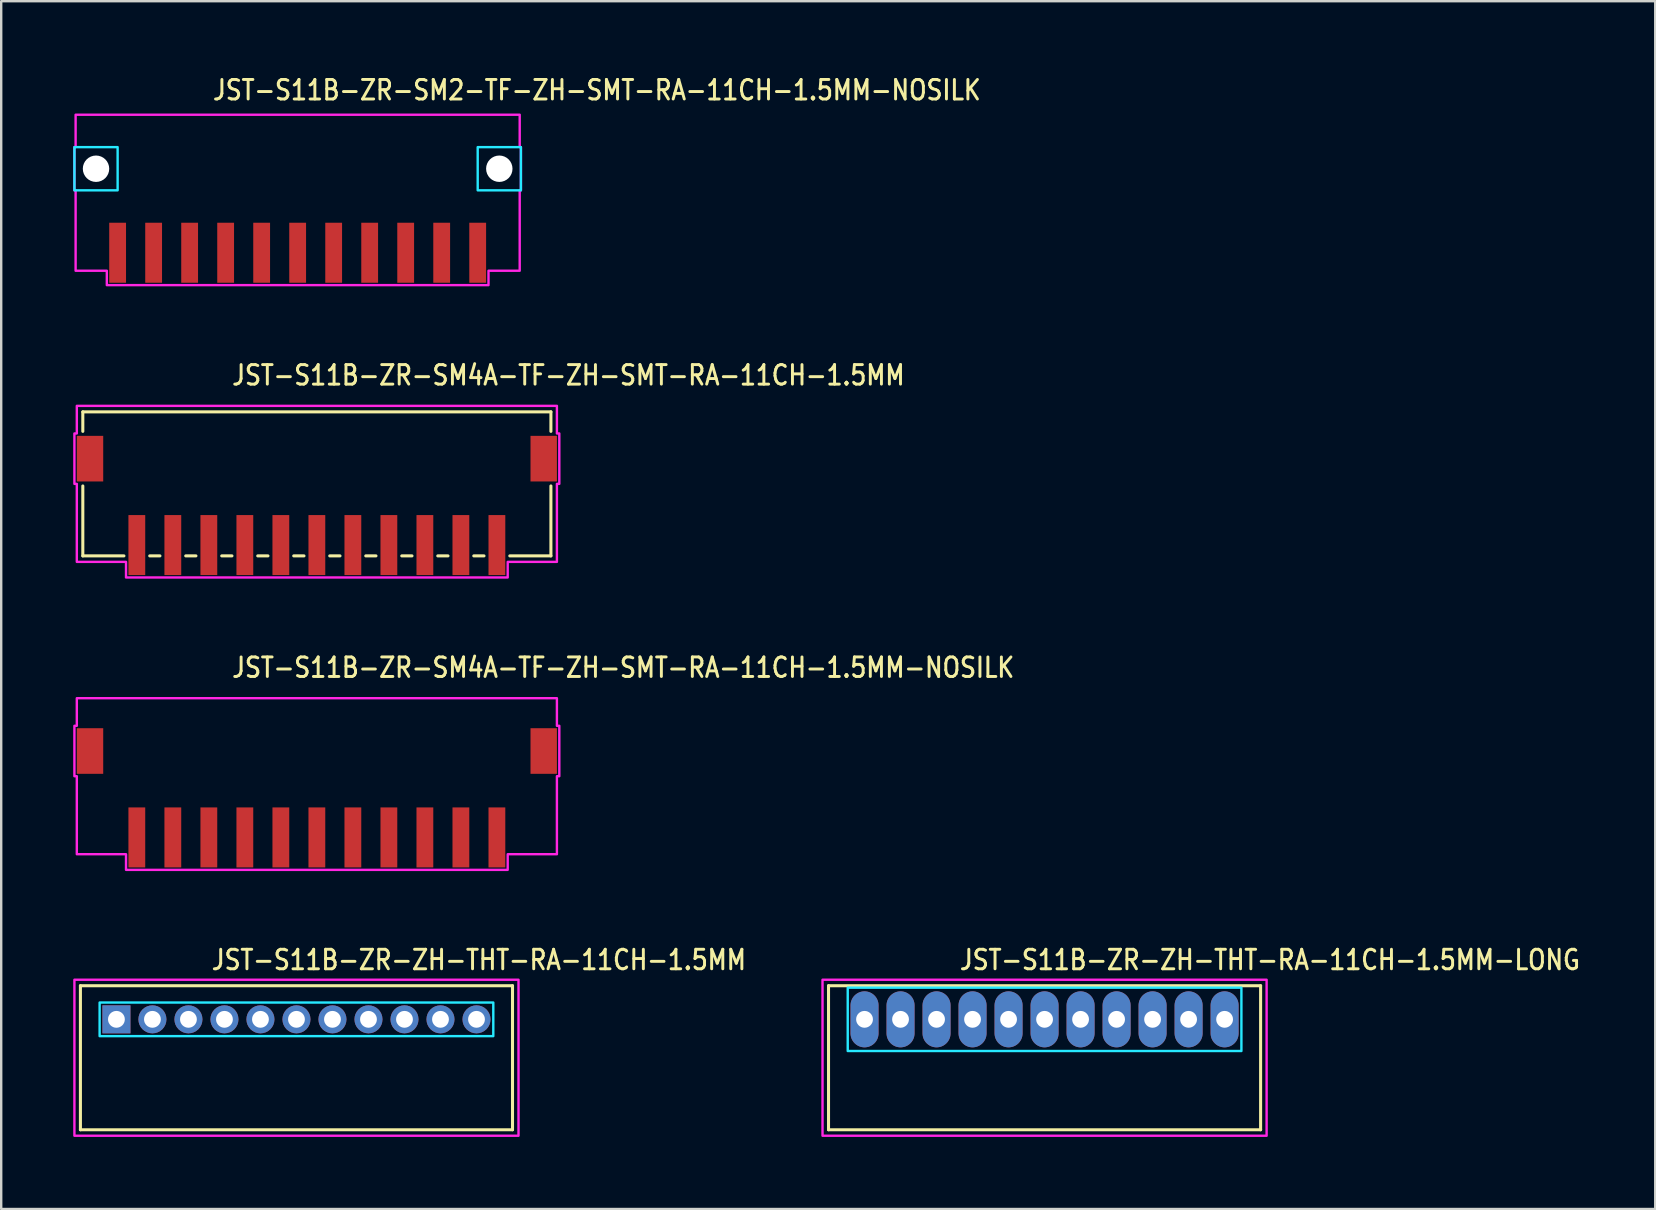
<source format=kicad_pcb>
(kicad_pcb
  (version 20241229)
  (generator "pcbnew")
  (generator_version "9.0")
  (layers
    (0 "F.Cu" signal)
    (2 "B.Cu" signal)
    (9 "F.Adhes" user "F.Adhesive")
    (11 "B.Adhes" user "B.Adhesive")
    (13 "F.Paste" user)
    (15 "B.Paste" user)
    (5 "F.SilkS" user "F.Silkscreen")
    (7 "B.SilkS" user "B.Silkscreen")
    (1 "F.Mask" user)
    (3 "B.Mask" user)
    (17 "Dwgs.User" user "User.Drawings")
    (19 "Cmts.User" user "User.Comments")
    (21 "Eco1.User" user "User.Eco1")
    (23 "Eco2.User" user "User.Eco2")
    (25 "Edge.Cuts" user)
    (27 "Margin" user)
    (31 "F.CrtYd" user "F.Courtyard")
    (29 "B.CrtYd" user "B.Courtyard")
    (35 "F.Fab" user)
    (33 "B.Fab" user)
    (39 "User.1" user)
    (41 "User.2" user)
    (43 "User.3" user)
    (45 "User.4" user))
  (footprint "JST-S11B-ZR-ZH-THT-RA-11CH-1.5MM"
    (layer "F.Cu")
    (at 9.3 39.414)
    (property "Reference" "JST-S11B-ZR-ZH-THT-RA-11CH-1.5MM" (at -3.6 -2 0) (unlocked yes) (layer "F.SilkS") (effects (font (size 0.813 0.695) (thickness 0.122)) (justify left bottom)))
    (fp_line (start -9 -1.4) (end 9 -1.4) (stroke (width 0.127) (type solid)) (layer "F.SilkS"))
    (fp_line (start -9 4.6) (end -9 -1.4) (stroke (width 0.127) (type solid)) (layer "F.SilkS"))
    (fp_line (start -9 4.6) (end 9 4.6) (stroke (width 0.127) (type solid)) (layer "F.SilkS"))
    (fp_line (start 9 -1.4) (end 9 4.6) (stroke (width 0.127) (type solid)) (layer "F.SilkS"))
    (fp_poly (pts (xy -8.2 -0.7) (xy -8.2 0.7) (xy 8.2 0.7) (xy 8.2 -0.7)) (stroke (width 0.1) (type solid)) (fill no) (layer "B.CrtYd"))
    (fp_poly (pts (xy -9.25 -1.65) (xy -9.25 4.85) (xy 9.25 4.85) (xy 9.25 -1.65)) (stroke (width 0.1) (type solid)) (fill no) (layer "F.CrtYd"))
    (pad "P$1" thru_hole rect (at -7.5 0) (size 1.167 1.167) (drill 0.7) (layers "*.Cu" "*.Mask"))
    (pad "P$2" thru_hole oval (at -6 0) (size 1.167 1.167) (drill 0.7) (layers "*.Cu" "*.Mask"))
    (pad "P$3" thru_hole oval (at -4.5 0) (size 1.167 1.167) (drill 0.7) (layers "*.Cu" "*.Mask"))
    (pad "P$4" thru_hole oval (at -3 0) (size 1.167 1.167) (drill 0.7) (layers "*.Cu" "*.Mask"))
    (pad "P$5" thru_hole oval (at -1.5 0) (size 1.167 1.167) (drill 0.7) (layers "*.Cu" "*.Mask"))
    (pad "P$6" thru_hole oval (at 0 0) (size 1.167 1.167) (drill 0.7) (layers "*.Cu" "*.Mask"))
    (pad "P$7" thru_hole oval (at 1.5 0) (size 1.167 1.167) (drill 0.7) (layers "*.Cu" "*.Mask"))
    (pad "P$8" thru_hole oval (at 3 0) (size 1.167 1.167) (drill 0.7) (layers "*.Cu" "*.Mask"))
    (pad "P$9" thru_hole oval (at 4.5 0) (size 1.167 1.167) (drill 0.7) (layers "*.Cu" "*.Mask"))
    (pad "P$10" thru_hole oval (at 6 0) (size 1.167 1.167) (drill 0.7) (layers "*.Cu" "*.Mask"))
    (pad "P$11" thru_hole oval (at 7.5 0) (size 1.167 1.167) (drill 0.7) (layers "*.Cu" "*.Mask")))
  (footprint "JST-S11B-ZR-SM4A-TF-ZH-SMT-RA-11CH-1.5MM"
    (layer "F.Cu")
    (at 10.15 16.057)
    (property "Reference" "JST-S11B-ZR-SM4A-TF-ZH-SMT-RA-11CH-1.5MM" (at -3.6 -3 0) (unlocked yes) (layer "F.SilkS") (effects (font (size 0.813 0.695) (thickness 0.122)) (justify left bottom)))
    (fp_line (start -9.75 -1.95) (end -9.75 -1.137) (stroke (width 0.127) (type solid)) (layer "F.SilkS"))
    (fp_line (start -9.75 -1.95) (end 9.75 -1.95) (stroke (width 0.127) (type solid)) (layer "F.SilkS"))
    (fp_line (start -9.75 4.05) (end -9.75 1.137) (stroke (width 0.127) (type solid)) (layer "F.SilkS"))
    (fp_line (start -9.75 4.05) (end -8.037 4.05) (stroke (width 0.127) (type solid)) (layer "F.SilkS"))
    (fp_line (start -6.963 4.05) (end -6.537 4.05) (stroke (width 0.127) (type solid)) (layer "F.SilkS"))
    (fp_line (start -5.463 4.05) (end -5.037 4.05) (stroke (width 0.127) (type solid)) (layer "F.SilkS"))
    (fp_line (start -3.963 4.05) (end -3.537 4.05) (stroke (width 0.127) (type solid)) (layer "F.SilkS"))
    (fp_line (start -2.463 4.05) (end -2.037 4.05) (stroke (width 0.127) (type solid)) (layer "F.SilkS"))
    (fp_line (start -0.964 4.05) (end -0.536 4.05) (stroke (width 0.127) (type solid)) (layer "F.SilkS"))
    (fp_line (start 0.536 4.05) (end 0.964 4.05) (stroke (width 0.127) (type solid)) (layer "F.SilkS"))
    (fp_line (start 2.037 4.05) (end 2.463 4.05) (stroke (width 0.127) (type solid)) (layer "F.SilkS"))
    (fp_line (start 3.537 4.05) (end 3.963 4.05) (stroke (width 0.127) (type solid)) (layer "F.SilkS"))
    (fp_line (start 5.037 4.05) (end 5.463 4.05) (stroke (width 0.127) (type solid)) (layer "F.SilkS"))
    (fp_line (start 6.537 4.05) (end 6.963 4.05) (stroke (width 0.127) (type solid)) (layer "F.SilkS"))
    (fp_line (start 8.037 4.05) (end 9.75 4.05) (stroke (width 0.127) (type solid)) (layer "F.SilkS"))
    (fp_line (start 9.75 -1.137) (end 9.75 -1.95) (stroke (width 0.127) (type solid)) (layer "F.SilkS"))
    (fp_line (start 9.75 1.137) (end 9.75 4.05) (stroke (width 0.127) (type solid)) (layer "F.SilkS"))
    (fp_poly (pts (xy -10 -2.2) (xy -10 -1.05) (xy -10.1 -1.05) (xy -10.1 1.05) (xy -10 1.05) (xy -10 4.3) (xy -7.95 4.3) (xy -7.95 4.95) (xy 7.95 4.95) (xy 7.95 4.3) (xy 10 4.3) (xy 10 1.05) (xy 10.1 1.05) (xy 10.1 -1.05) (xy 10 -1.05) (xy 10 -2.2)) (stroke (width 0.1) (type solid)) (fill no) (layer "F.CrtYd"))
    (pad "P$1" smd rect (at 7.5 3.6) (size 0.7 2.5) (layers "F.Cu" "F.Mask" "F.Paste"))
    (pad "P$2" smd rect (at 6 3.6) (size 0.7 2.5) (layers "F.Cu" "F.Mask" "F.Paste"))
    (pad "P$3" smd rect (at 4.5 3.6) (size 0.7 2.5) (layers "F.Cu" "F.Mask" "F.Paste"))
    (pad "P$4" smd rect (at 3 3.6) (size 0.7 2.5) (layers "F.Cu" "F.Mask" "F.Paste"))
    (pad "P$5" smd rect (at 1.5 3.6) (size 0.7 2.5) (layers "F.Cu" "F.Mask" "F.Paste"))
    (pad "P$6" smd rect (at 0 3.6) (size 0.7 2.5) (layers "F.Cu" "F.Mask" "F.Paste"))
    (pad "P$7" smd rect (at -1.5 3.6) (size 0.7 2.5) (layers "F.Cu" "F.Mask" "F.Paste"))
    (pad "P$8" smd rect (at -3 3.6) (size 0.7 2.5) (layers "F.Cu" "F.Mask" "F.Paste"))
    (pad "P$9" smd rect (at -4.5 3.6) (size 0.7 2.5) (layers "F.Cu" "F.Mask" "F.Paste"))
    (pad "P$10" smd rect (at -6 3.6) (size 0.7 2.5) (layers "F.Cu" "F.Mask" "F.Paste"))
    (pad "P$11" smd rect (at -7.5 3.6) (size 0.7 2.5) (layers "F.Cu" "F.Mask" "F.Paste"))
    (pad "S$1" smd rect (at -9.45 0) (size 1.1 1.9) (layers "F.Cu" "F.Mask" "F.Paste"))
    (pad "S$2" smd rect (at 9.45 0) (size 1.1 1.9) (layers "F.Cu" "F.Mask" "F.Paste")))
  (footprint "JST-S11B-ZR-SM2-TF-ZH-SMT-RA-11CH-1.5MM-NOSILK"
    (layer "F.Cu")
    (at 9.35 3.979)
    (property "Reference" "JST-S11B-ZR-SM2-TF-ZH-SMT-RA-11CH-1.5MM-NOSILK" (at -3.6 -2.8 0) (unlocked yes) (layer "F.SilkS") (effects (font (size 0.813 0.695) (thickness 0.122)) (justify left bottom)))
    (fp_poly (pts (xy -9.3 -0.9) (xy -9.3 0.9) (xy -7.5 0.9) (xy -7.5 -0.9)) (stroke (width 0.1) (type solid)) (fill no) (layer "B.CrtYd"))
    (fp_poly (pts (xy 9.3 -0.9) (xy 9.3 0.9) (xy 7.5 0.9) (xy 7.5 -0.9)) (stroke (width 0.1) (type solid)) (fill no) (layer "B.CrtYd"))
    (fp_poly (pts (xy -9.25 -2.25) (xy -9.25 -0.9) (xy -9.3 -0.9) (xy -9.3 0.9) (xy -9.25 0.9) (xy -9.25 4.25) (xy -7.95 4.25) (xy -7.95 4.85) (xy 7.95 4.85) (xy 7.95 4.25) (xy 9.25 4.25) (xy 9.25 0.9) (xy 9.3 0.9) (xy 9.3 -0.9) (xy 9.25 -0.9) (xy 9.25 -2.25)) (stroke (width 0.1) (type solid)) (fill no) (layer "F.CrtYd"))
    (pad "" np_thru_hole circle (at -8.4 0) (size 1.1 1.1) (drill 1.1) (layers "*.Cu" "*.Mask"))
    (pad "" np_thru_hole circle (at 8.4 0) (size 1.1 1.1) (drill 1.1) (layers "*.Cu" "*.Mask"))
    (pad "P$1" smd rect (at 7.5 3.5) (size 0.7 2.5) (layers "F.Cu" "F.Mask" "F.Paste"))
    (pad "P$2" smd rect (at 6 3.5) (size 0.7 2.5) (layers "F.Cu" "F.Mask" "F.Paste"))
    (pad "P$3" smd rect (at 4.5 3.5) (size 0.7 2.5) (layers "F.Cu" "F.Mask" "F.Paste"))
    (pad "P$4" smd rect (at 3 3.5) (size 0.7 2.5) (layers "F.Cu" "F.Mask" "F.Paste"))
    (pad "P$5" smd rect (at 1.5 3.5) (size 0.7 2.5) (layers "F.Cu" "F.Mask" "F.Paste"))
    (pad "P$6" smd rect (at 0 3.5) (size 0.7 2.5) (layers "F.Cu" "F.Mask" "F.Paste"))
    (pad "P$7" smd rect (at -1.5 3.5) (size 0.7 2.5) (layers "F.Cu" "F.Mask" "F.Paste"))
    (pad "P$8" smd rect (at -3 3.5) (size 0.7 2.5) (layers "F.Cu" "F.Mask" "F.Paste"))
    (pad "P$9" smd rect (at -4.5 3.5) (size 0.7 2.5) (layers "F.Cu" "F.Mask" "F.Paste"))
    (pad "P$10" smd rect (at -6 3.5) (size 0.7 2.5) (layers "F.Cu" "F.Mask" "F.Paste"))
    (pad "P$11" smd rect (at -7.5 3.5) (size 0.7 2.5) (layers "F.Cu" "F.Mask" "F.Paste")))
  (footprint "JST-S11B-ZR-SM4A-TF-ZH-SMT-RA-11CH-1.5MM-NOSILK"
    (layer "F.Cu")
    (at 10.15 28.236)
    (property "Reference" "JST-S11B-ZR-SM4A-TF-ZH-SMT-RA-11CH-1.5MM-NOSILK" (at -3.6 -3 0) (unlocked yes) (layer "F.SilkS") (effects (font (size 0.813 0.695) (thickness 0.122)) (justify left bottom)))
    (fp_poly (pts (xy -10 -2.2) (xy -10 -1.05) (xy -10.1 -1.05) (xy -10.1 1.05) (xy -10 1.05) (xy -10 4.3) (xy -7.95 4.3) (xy -7.95 4.95) (xy 7.95 4.95) (xy 7.95 4.3) (xy 10 4.3) (xy 10 1.05) (xy 10.1 1.05) (xy 10.1 -1.05) (xy 10 -1.05) (xy 10 -2.2)) (stroke (width 0.1) (type solid)) (fill no) (layer "F.CrtYd"))
    (pad "P$1" smd rect (at 7.5 3.6) (size 0.7 2.5) (layers "F.Cu" "F.Mask" "F.Paste"))
    (pad "P$2" smd rect (at 6 3.6) (size 0.7 2.5) (layers "F.Cu" "F.Mask" "F.Paste"))
    (pad "P$3" smd rect (at 4.5 3.6) (size 0.7 2.5) (layers "F.Cu" "F.Mask" "F.Paste"))
    (pad "P$4" smd rect (at 3 3.6) (size 0.7 2.5) (layers "F.Cu" "F.Mask" "F.Paste"))
    (pad "P$5" smd rect (at 1.5 3.6) (size 0.7 2.5) (layers "F.Cu" "F.Mask" "F.Paste"))
    (pad "P$6" smd rect (at 0 3.6) (size 0.7 2.5) (layers "F.Cu" "F.Mask" "F.Paste"))
    (pad "P$7" smd rect (at -1.5 3.6) (size 0.7 2.5) (layers "F.Cu" "F.Mask" "F.Paste"))
    (pad "P$8" smd rect (at -3 3.6) (size 0.7 2.5) (layers "F.Cu" "F.Mask" "F.Paste"))
    (pad "P$9" smd rect (at -4.5 3.6) (size 0.7 2.5) (layers "F.Cu" "F.Mask" "F.Paste"))
    (pad "P$10" smd rect (at -6 3.6) (size 0.7 2.5) (layers "F.Cu" "F.Mask" "F.Paste"))
    (pad "P$11" smd rect (at -7.5 3.6) (size 0.7 2.5) (layers "F.Cu" "F.Mask" "F.Paste"))
    (pad "S$1" smd rect (at -9.45 0) (size 1.1 1.9) (layers "F.Cu" "F.Mask" "F.Paste"))
    (pad "S$2" smd rect (at 9.45 0) (size 1.1 1.9) (layers "F.Cu" "F.Mask" "F.Paste")))
  (footprint "JST-S11B-ZR-ZH-THT-RA-11CH-1.5MM-LONG"
    (layer "F.Cu")
    (at 40.465 39.414)
    (property "Reference" "JST-S11B-ZR-ZH-THT-RA-11CH-1.5MM-LONG" (at -3.6 -2 0) (unlocked yes) (layer "F.SilkS") (effects (font (size 0.813 0.695) (thickness 0.122)) (justify left bottom)))
    (fp_line (start -9 -1.4) (end 9 -1.4) (stroke (width 0.127) (type solid)) (layer "F.SilkS"))
    (fp_line (start -9 4.6) (end -9 -1.4) (stroke (width 0.127) (type solid)) (layer "F.SilkS"))
    (fp_line (start -9 4.6) (end 9 4.6) (stroke (width 0.127) (type solid)) (layer "F.SilkS"))
    (fp_line (start 9 -1.4) (end 9 4.6) (stroke (width 0.127) (type solid)) (layer "F.SilkS"))
    (fp_poly (pts (xy -8.2 -1.32) (xy -8.2 1.32) (xy 8.2 1.32) (xy 8.2 -1.32)) (stroke (width 0.1) (type solid)) (fill no) (layer "B.CrtYd"))
    (fp_poly (pts (xy -9.25 -1.65) (xy -9.25 4.85) (xy 9.25 4.85) (xy 9.25 -1.65)) (stroke (width 0.1) (type solid)) (fill no) (layer "F.CrtYd"))
    (pad "P$1" thru_hole oval (at -7.5 0 90) (size 2.333 1.167) (drill 0.7) (layers "*.Cu" "*.Mask"))
    (pad "P$2" thru_hole oval (at -6 0 90) (size 2.333 1.167) (drill 0.7) (layers "*.Cu" "*.Mask"))
    (pad "P$3" thru_hole oval (at -4.5 0 90) (size 2.333 1.167) (drill 0.7) (layers "*.Cu" "*.Mask"))
    (pad "P$4" thru_hole oval (at -3 0 90) (size 2.333 1.167) (drill 0.7) (layers "*.Cu" "*.Mask"))
    (pad "P$5" thru_hole oval (at -1.5 0 90) (size 2.333 1.167) (drill 0.7) (layers "*.Cu" "*.Mask"))
    (pad "P$6" thru_hole oval (at 0 0 90) (size 2.333 1.167) (drill 0.7) (layers "*.Cu" "*.Mask"))
    (pad "P$7" thru_hole oval (at 1.5 0 90) (size 2.333 1.167) (drill 0.7) (layers "*.Cu" "*.Mask"))
    (pad "P$8" thru_hole oval (at 3 0 90) (size 2.333 1.167) (drill 0.7) (layers "*.Cu" "*.Mask"))
    (pad "P$9" thru_hole oval (at 4.5 0 90) (size 2.333 1.167) (drill 0.7) (layers "*.Cu" "*.Mask"))
    (pad "P$10" thru_hole oval (at 6 0 90) (size 2.333 1.167) (drill 0.7) (layers "*.Cu" "*.Mask"))
    (pad "P$11" thru_hole oval (at 7.5 0 90) (size 2.333 1.167) (drill 0.7) (layers "*.Cu" "*.Mask")))
  (gr_rect
    (start -3 -3)
    (end 65.904 47.314)
    (stroke (width 0.1) (type default))
    (fill no)
    (layer "Edge.Cuts")))
</source>
